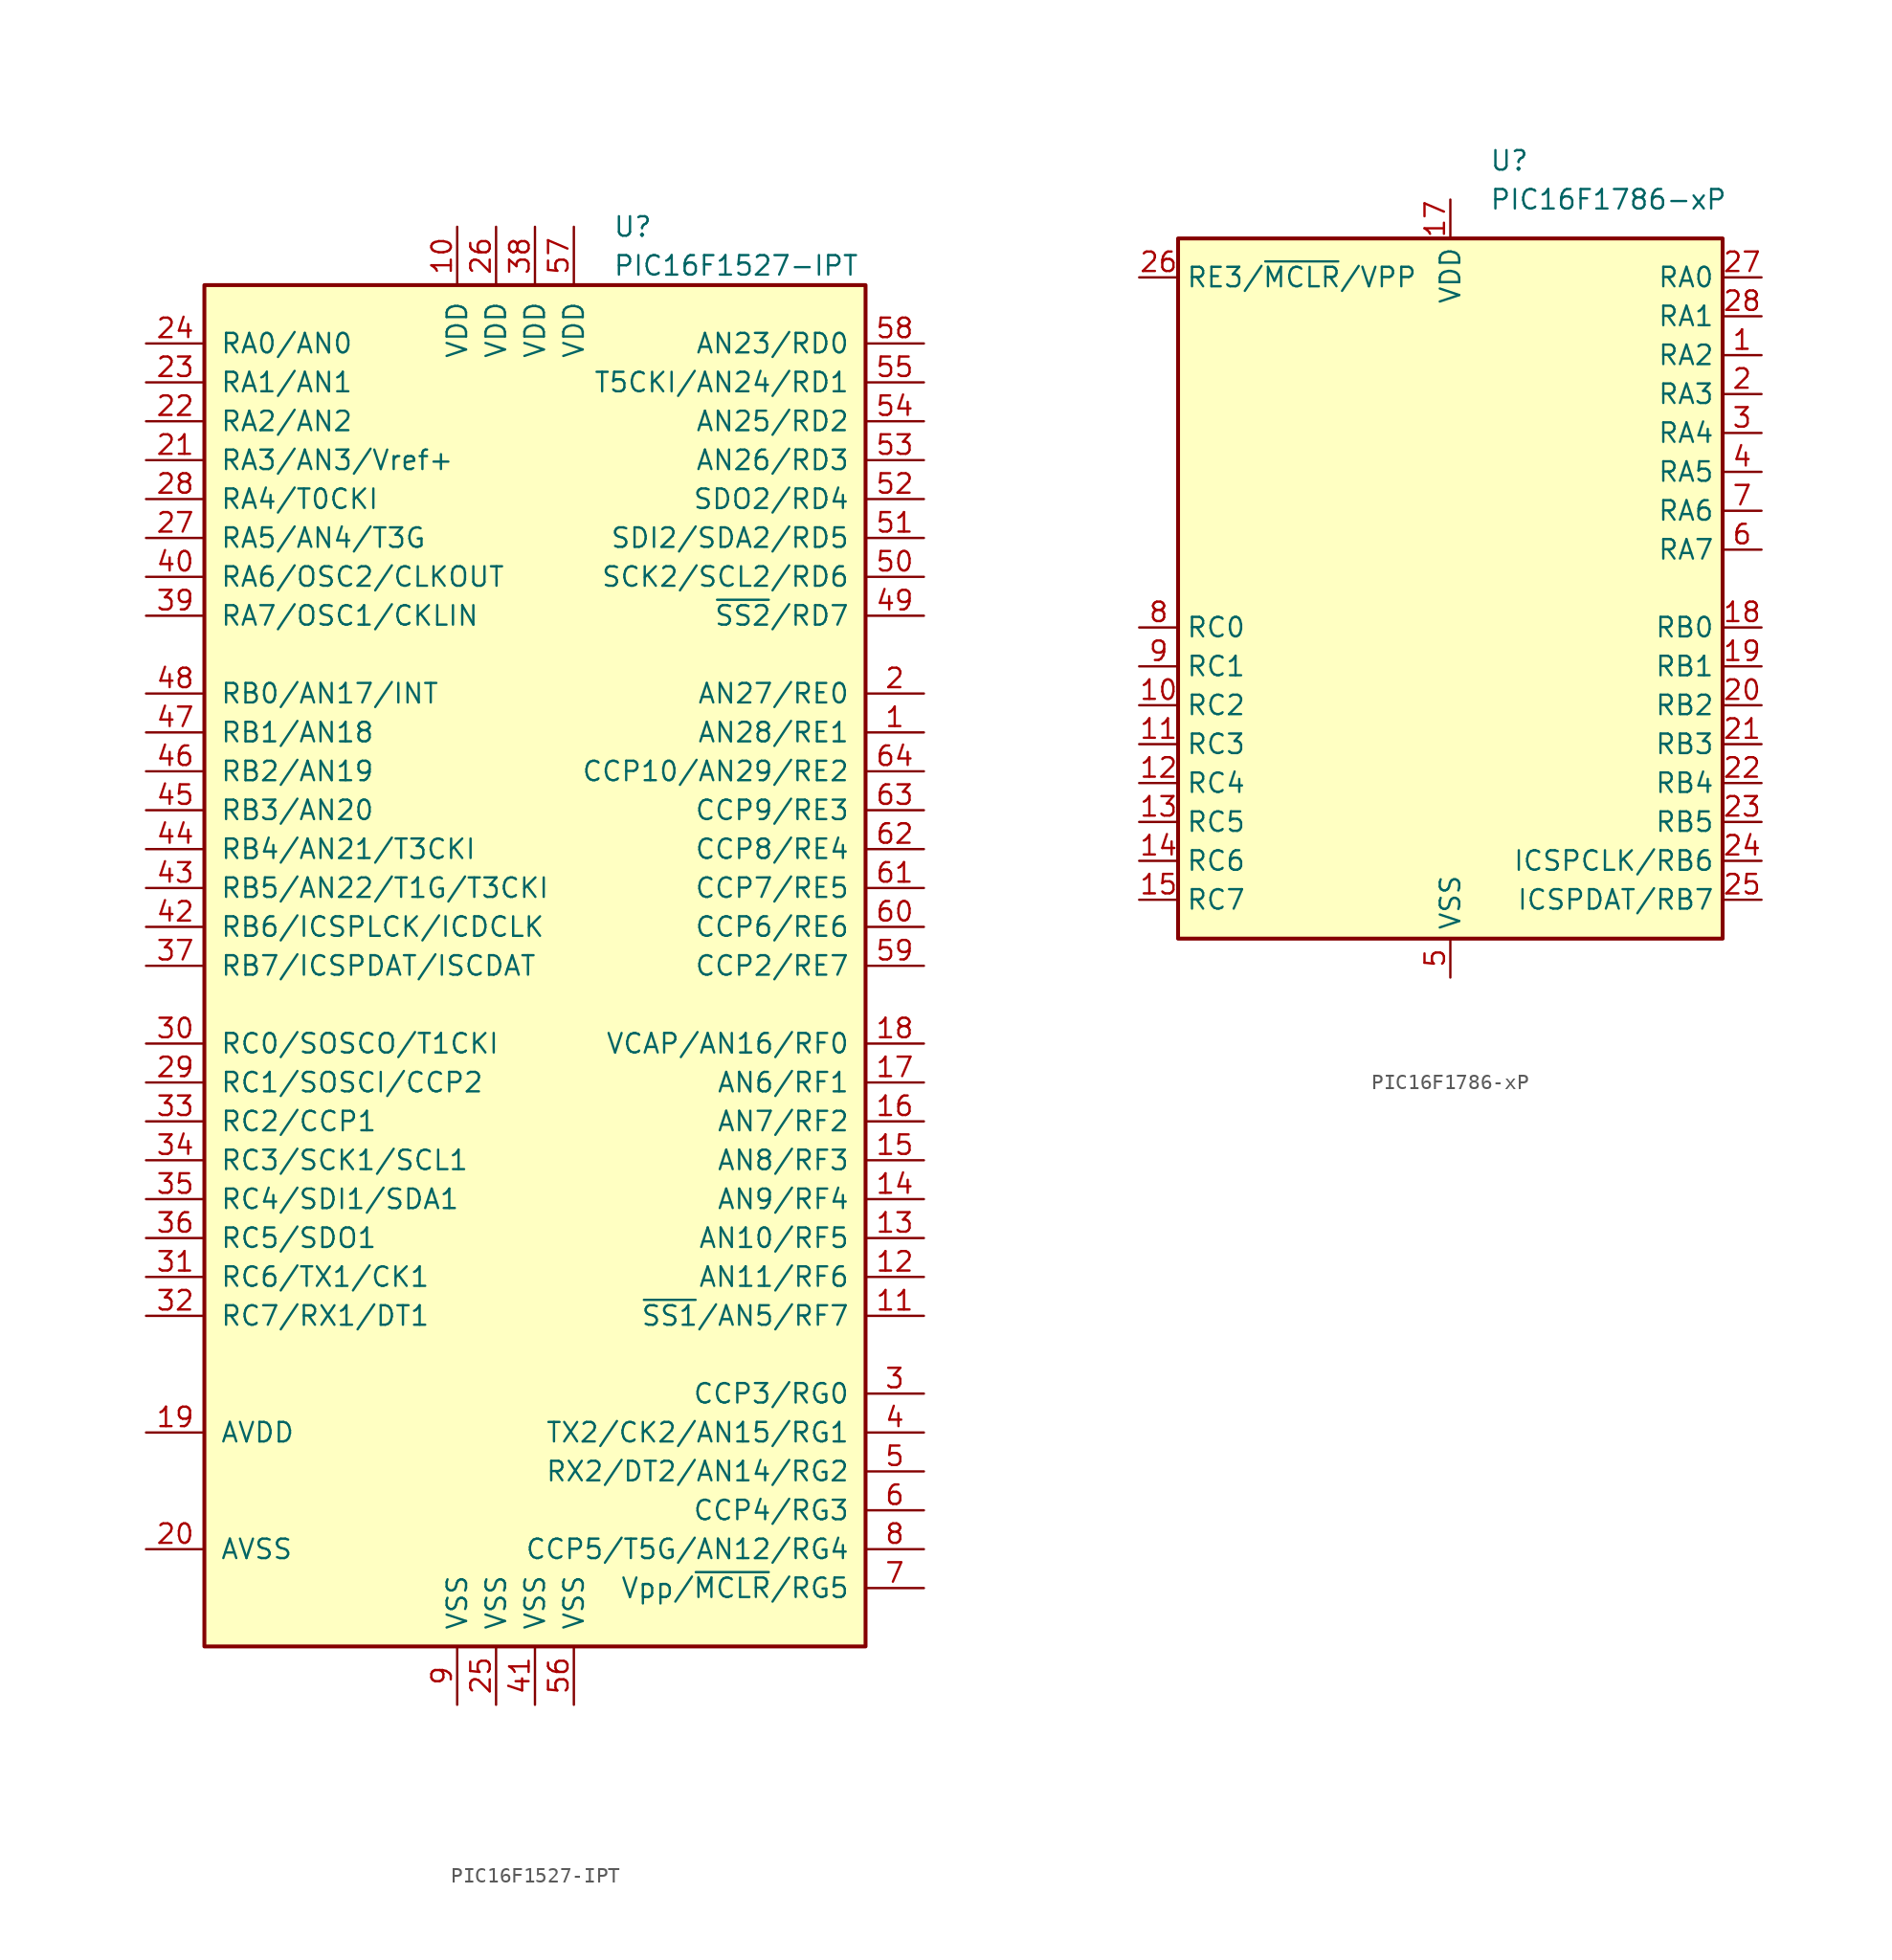
<source format=kicad_sym>
(kicad_symbol_lib
  (version 20201005)
  (generator kicad_symbol_editor)
  (symbol "PIC16F1527-IPT"
    (pin_names
      (offset 1.016))
    (property "Reference" "U"
      (at 5.08 48.26 0)
      (effects (font (size 1.27 1.27)) (justify left)))
    (property "Value" "PIC16F1527-IPT"
      (at 5.08 45.72 0)
      (effects (font (size 1.27 1.27)) (justify left)))
    (symbol "PIC16F1527-IPT_0_1"
      (rectangle (start -21.59 44.45) (end 21.59 -44.45) (stroke (width 0.254)) (fill (type background))))
    (symbol "PIC16F1527-IPT_1_1"
      (pin bidirectional line (at 25.4 15.24 180) (length 3.81) (name "AN28/RE1" (effects (font (size 1.27 1.27)))) (number "1" (effects (font (size 1.27 1.27)))))
      (pin power_in line (at -5.08 48.26 270) (length 3.81) (name "VDD" (effects (font (size 1.27 1.27)))) (number "10" (effects (font (size 1.27 1.27)))))
      (pin bidirectional line (at 25.4 -22.86 180) (length 3.81) (name "~SS1~/AN5/RF7" (effects (font (size 1.27 1.27)))) (number "11" (effects (font (size 1.27 1.27)))))
      (pin bidirectional line (at 25.4 -20.32 180) (length 3.81) (name "AN11/RF6" (effects (font (size 1.27 1.27)))) (number "12" (effects (font (size 1.27 1.27)))))
      (pin bidirectional line (at 25.4 -17.78 180) (length 3.81) (name "AN10/RF5" (effects (font (size 1.27 1.27)))) (number "13" (effects (font (size 1.27 1.27)))))
      (pin bidirectional line (at 25.4 -15.24 180) (length 3.81) (name "AN9/RF4" (effects (font (size 1.27 1.27)))) (number "14" (effects (font (size 1.27 1.27)))))
      (pin bidirectional line (at 25.4 -12.7 180) (length 3.81) (name "AN8/RF3" (effects (font (size 1.27 1.27)))) (number "15" (effects (font (size 1.27 1.27)))))
      (pin bidirectional line (at 25.4 -10.16 180) (length 3.81) (name "AN7/RF2" (effects (font (size 1.27 1.27)))) (number "16" (effects (font (size 1.27 1.27)))))
      (pin bidirectional line (at 25.4 -7.62 180) (length 3.81) (name "AN6/RF1" (effects (font (size 1.27 1.27)))) (number "17" (effects (font (size 1.27 1.27)))))
      (pin bidirectional line (at 25.4 -5.08 180) (length 3.81) (name "VCAP/AN16/RF0" (effects (font (size 1.27 1.27)))) (number "18" (effects (font (size 1.27 1.27)))))
      (pin power_in line (at -25.4 -30.48 0) (length 3.81) (name "AVDD" (effects (font (size 1.27 1.27)))) (number "19" (effects (font (size 1.27 1.27)))))
      (pin bidirectional line (at 25.4 17.78 180) (length 3.81) (name "AN27/RE0" (effects (font (size 1.27 1.27)))) (number "2" (effects (font (size 1.27 1.27)))))
      (pin power_in line (at -25.4 -38.1 0) (length 3.81) (name "AVSS" (effects (font (size 1.27 1.27)))) (number "20" (effects (font (size 1.27 1.27)))))
      (pin bidirectional line (at -25.4 33.02 0) (length 3.81) (name "RA3/AN3/Vref+" (effects (font (size 1.27 1.27)))) (number "21" (effects (font (size 1.27 1.27)))))
      (pin bidirectional line (at -25.4 35.56 0) (length 3.81) (name "RA2/AN2" (effects (font (size 1.27 1.27)))) (number "22" (effects (font (size 1.27 1.27)))))
      (pin bidirectional line (at -25.4 38.1 0) (length 3.81) (name "RA1/AN1" (effects (font (size 1.27 1.27)))) (number "23" (effects (font (size 1.27 1.27)))))
      (pin bidirectional line (at -25.4 40.64 0) (length 3.81) (name "RA0/AN0" (effects (font (size 1.27 1.27)))) (number "24" (effects (font (size 1.27 1.27)))))
      (pin power_in line (at -2.54 -48.26 90) (length 3.81) (name "VSS" (effects (font (size 1.27 1.27)))) (number "25" (effects (font (size 1.27 1.27)))))
      (pin power_in line (at -2.54 48.26 270) (length 3.81) (name "VDD" (effects (font (size 1.27 1.27)))) (number "26" (effects (font (size 1.27 1.27)))))
      (pin bidirectional line (at -25.4 27.94 0) (length 3.81) (name "RA5/AN4/T3G" (effects (font (size 1.27 1.27)))) (number "27" (effects (font (size 1.27 1.27)))))
      (pin bidirectional line (at -25.4 30.48 0) (length 3.81) (name "RA4/T0CKI" (effects (font (size 1.27 1.27)))) (number "28" (effects (font (size 1.27 1.27)))))
      (pin bidirectional line (at -25.4 -7.62 0) (length 3.81) (name "RC1/SOSCI/CCP2" (effects (font (size 1.27 1.27)))) (number "29" (effects (font (size 1.27 1.27)))))
      (pin bidirectional line (at 25.4 -27.94 180) (length 3.81) (name "CCP3/RG0" (effects (font (size 1.27 1.27)))) (number "3" (effects (font (size 1.27 1.27)))))
      (pin bidirectional line (at -25.4 -5.08 0) (length 3.81) (name "RC0/SOSCO/T1CKI" (effects (font (size 1.27 1.27)))) (number "30" (effects (font (size 1.27 1.27)))))
      (pin bidirectional line (at -25.4 -20.32 0) (length 3.81) (name "RC6/TX1/CK1" (effects (font (size 1.27 1.27)))) (number "31" (effects (font (size 1.27 1.27)))))
      (pin bidirectional line (at -25.4 -22.86 0) (length 3.81) (name "RC7/RX1/DT1" (effects (font (size 1.27 1.27)))) (number "32" (effects (font (size 1.27 1.27)))))
      (pin bidirectional line (at -25.4 -10.16 0) (length 3.81) (name "RC2/CCP1" (effects (font (size 1.27 1.27)))) (number "33" (effects (font (size 1.27 1.27)))))
      (pin bidirectional line (at -25.4 -12.7 0) (length 3.81) (name "RC3/SCK1/SCL1" (effects (font (size 1.27 1.27)))) (number "34" (effects (font (size 1.27 1.27)))))
      (pin bidirectional line (at -25.4 -15.24 0) (length 3.81) (name "RC4/SDI1/SDA1" (effects (font (size 1.27 1.27)))) (number "35" (effects (font (size 1.27 1.27)))))
      (pin bidirectional line (at -25.4 -17.78 0) (length 3.81) (name "RC5/SDO1" (effects (font (size 1.27 1.27)))) (number "36" (effects (font (size 1.27 1.27)))))
      (pin bidirectional line (at -25.4 0 0) (length 3.81) (name "RB7/ICSPDAT/ISCDAT" (effects (font (size 1.27 1.27)))) (number "37" (effects (font (size 1.27 1.27)))))
      (pin power_in line (at 0 48.26 270) (length 3.81) (name "VDD" (effects (font (size 1.27 1.27)))) (number "38" (effects (font (size 1.27 1.27)))))
      (pin bidirectional line (at -25.4 22.86 0) (length 3.81) (name "RA7/OSC1/CKLIN" (effects (font (size 1.27 1.27)))) (number "39" (effects (font (size 1.27 1.27)))))
      (pin bidirectional line (at 25.4 -30.48 180) (length 3.81) (name "TX2/CK2/AN15/RG1" (effects (font (size 1.27 1.27)))) (number "4" (effects (font (size 1.27 1.27)))))
      (pin bidirectional line (at -25.4 25.4 0) (length 3.81) (name "RA6/OSC2/CLKOUT" (effects (font (size 1.27 1.27)))) (number "40" (effects (font (size 1.27 1.27)))))
      (pin power_in line (at 0 -48.26 90) (length 3.81) (name "VSS" (effects (font (size 1.27 1.27)))) (number "41" (effects (font (size 1.27 1.27)))))
      (pin bidirectional line (at -25.4 2.54 0) (length 3.81) (name "RB6/ICSPLCK/ICDCLK" (effects (font (size 1.27 1.27)))) (number "42" (effects (font (size 1.27 1.27)))))
      (pin bidirectional line (at -25.4 5.08 0) (length 3.81) (name "RB5/AN22/T1G/T3CKI" (effects (font (size 1.27 1.27)))) (number "43" (effects (font (size 1.27 1.27)))))
      (pin bidirectional line (at -25.4 7.62 0) (length 3.81) (name "RB4/AN21/T3CKI" (effects (font (size 1.27 1.27)))) (number "44" (effects (font (size 1.27 1.27)))))
      (pin bidirectional line (at -25.4 10.16 0) (length 3.81) (name "RB3/AN20" (effects (font (size 1.27 1.27)))) (number "45" (effects (font (size 1.27 1.27)))))
      (pin bidirectional line (at -25.4 12.7 0) (length 3.81) (name "RB2/AN19" (effects (font (size 1.27 1.27)))) (number "46" (effects (font (size 1.27 1.27)))))
      (pin bidirectional line (at -25.4 15.24 0) (length 3.81) (name "RB1/AN18" (effects (font (size 1.27 1.27)))) (number "47" (effects (font (size 1.27 1.27)))))
      (pin bidirectional line (at -25.4 17.78 0) (length 3.81) (name "RB0/AN17/INT" (effects (font (size 1.27 1.27)))) (number "48" (effects (font (size 1.27 1.27)))))
      (pin bidirectional line (at 25.4 22.86 180) (length 3.81) (name "~SS2~/RD7" (effects (font (size 1.27 1.27)))) (number "49" (effects (font (size 1.27 1.27)))))
      (pin bidirectional line (at 25.4 -33.02 180) (length 3.81) (name "RX2/DT2/AN14/RG2" (effects (font (size 1.27 1.27)))) (number "5" (effects (font (size 1.27 1.27)))))
      (pin bidirectional line (at 25.4 25.4 180) (length 3.81) (name "SCK2/SCL2/RD6" (effects (font (size 1.27 1.27)))) (number "50" (effects (font (size 1.27 1.27)))))
      (pin bidirectional line (at 25.4 27.94 180) (length 3.81) (name "SDI2/SDA2/RD5" (effects (font (size 1.27 1.27)))) (number "51" (effects (font (size 1.27 1.27)))))
      (pin bidirectional line (at 25.4 30.48 180) (length 3.81) (name "SDO2/RD4" (effects (font (size 1.27 1.27)))) (number "52" (effects (font (size 1.27 1.27)))))
      (pin bidirectional line (at 25.4 33.02 180) (length 3.81) (name "AN26/RD3" (effects (font (size 1.27 1.27)))) (number "53" (effects (font (size 1.27 1.27)))))
      (pin bidirectional line (at 25.4 35.56 180) (length 3.81) (name "AN25/RD2" (effects (font (size 1.27 1.27)))) (number "54" (effects (font (size 1.27 1.27)))))
      (pin bidirectional line (at 25.4 38.1 180) (length 3.81) (name "T5CKI/AN24/RD1" (effects (font (size 1.27 1.27)))) (number "55" (effects (font (size 1.27 1.27)))))
      (pin power_in line (at 2.54 -48.26 90) (length 3.81) (name "VSS" (effects (font (size 1.27 1.27)))) (number "56" (effects (font (size 1.27 1.27)))))
      (pin power_in line (at 2.54 48.26 270) (length 3.81) (name "VDD" (effects (font (size 1.27 1.27)))) (number "57" (effects (font (size 1.27 1.27)))))
      (pin bidirectional line (at 25.4 40.64 180) (length 3.81) (name "AN23/RD0" (effects (font (size 1.27 1.27)))) (number "58" (effects (font (size 1.27 1.27)))))
      (pin bidirectional line (at 25.4 0 180) (length 3.81) (name "CCP2/RE7" (effects (font (size 1.27 1.27)))) (number "59" (effects (font (size 1.27 1.27)))))
      (pin bidirectional line (at 25.4 -35.56 180) (length 3.81) (name "CCP4/RG3" (effects (font (size 1.27 1.27)))) (number "6" (effects (font (size 1.27 1.27)))))
      (pin bidirectional line (at 25.4 2.54 180) (length 3.81) (name "CCP6/RE6" (effects (font (size 1.27 1.27)))) (number "60" (effects (font (size 1.27 1.27)))))
      (pin bidirectional line (at 25.4 5.08 180) (length 3.81) (name "CCP7/RE5" (effects (font (size 1.27 1.27)))) (number "61" (effects (font (size 1.27 1.27)))))
      (pin bidirectional line (at 25.4 7.62 180) (length 3.81) (name "CCP8/RE4" (effects (font (size 1.27 1.27)))) (number "62" (effects (font (size 1.27 1.27)))))
      (pin bidirectional line (at 25.4 10.16 180) (length 3.81) (name "CCP9/RE3" (effects (font (size 1.27 1.27)))) (number "63" (effects (font (size 1.27 1.27)))))
      (pin bidirectional line (at 25.4 12.7 180) (length 3.81) (name "CCP10/AN29/RE2" (effects (font (size 1.27 1.27)))) (number "64" (effects (font (size 1.27 1.27)))))
      (pin input line (at 25.4 -40.64 180) (length 3.81) (name "Vpp/~MCLR~/RG5" (effects (font (size 1.27 1.27)))) (number "7" (effects (font (size 1.27 1.27)))))
      (pin bidirectional line (at 25.4 -38.1 180) (length 3.81) (name "CCP5/T5G/AN12/RG4" (effects (font (size 1.27 1.27)))) (number "8" (effects (font (size 1.27 1.27)))))
      (pin power_in line (at -5.08 -48.26 90) (length 3.81) (name "VSS" (effects (font (size 1.27 1.27)))) (number "9" (effects (font (size 1.27 1.27)))))))
  (symbol "PIC16F1786-xP"
    (property "Reference" "U"
      (at 2.54 27.94 0)
      (effects (font (size 1.27 1.27)) (justify left)))
    (property "Value" "PIC16F1786-xP"
      (at 2.54 25.4 0)
      (effects (font (size 1.27 1.27)) (justify left)))
    (symbol "PIC16F1786-xP_0_1"
      (rectangle (start -17.78 -22.86) (end 17.78 22.86) (stroke (width 0.254)) (fill (type background))))
    (symbol "PIC16F1786-xP_1_1"
      (pin bidirectional line (at 20.32 15.24 180) (length 2.54) (name "RA2" (effects (font (size 1.27 1.27)))) (number "1" (effects (font (size 1.27 1.27)))))
      (pin bidirectional line (at -20.32 -7.62 0) (length 2.54) (name "RC2" (effects (font (size 1.27 1.27)))) (number "10" (effects (font (size 1.27 1.27)))))
      (pin bidirectional line (at -20.32 -10.16 0) (length 2.54) (name "RC3" (effects (font (size 1.27 1.27)))) (number "11" (effects (font (size 1.27 1.27)))))
      (pin bidirectional line (at -20.32 -12.7 0) (length 2.54) (name "RC4" (effects (font (size 1.27 1.27)))) (number "12" (effects (font (size 1.27 1.27)))))
      (pin bidirectional line (at -20.32 -15.24 0) (length 2.54) (name "RC5" (effects (font (size 1.27 1.27)))) (number "13" (effects (font (size 1.27 1.27)))))
      (pin bidirectional line (at -20.32 -17.78 0) (length 2.54) (name "RC6" (effects (font (size 1.27 1.27)))) (number "14" (effects (font (size 1.27 1.27)))))
      (pin bidirectional line (at -20.32 -20.32 0) (length 2.54) (name "RC7" (effects (font (size 1.27 1.27)))) (number "15" (effects (font (size 1.27 1.27)))))
      (pin passive line (at 0 -25.4 90) (length 2.54) hide (name "VSS" (effects (font (size 1.27 1.27)))) (number "16" (effects (font (size 1.27 1.27)))))
      (pin power_in line (at 0 25.4 270) (length 2.54) (name "VDD" (effects (font (size 1.27 1.27)))) (number "17" (effects (font (size 1.27 1.27)))))
      (pin bidirectional line (at 20.32 -2.54 180) (length 2.54) (name "RB0" (effects (font (size 1.27 1.27)))) (number "18" (effects (font (size 1.27 1.27)))))
      (pin bidirectional line (at 20.32 -5.08 180) (length 2.54) (name "RB1" (effects (font (size 1.27 1.27)))) (number "19" (effects (font (size 1.27 1.27)))))
      (pin bidirectional line (at 20.32 12.7 180) (length 2.54) (name "RA3" (effects (font (size 1.27 1.27)))) (number "2" (effects (font (size 1.27 1.27)))))
      (pin bidirectional line (at 20.32 -7.62 180) (length 2.54) (name "RB2" (effects (font (size 1.27 1.27)))) (number "20" (effects (font (size 1.27 1.27)))))
      (pin bidirectional line (at 20.32 -10.16 180) (length 2.54) (name "RB3" (effects (font (size 1.27 1.27)))) (number "21" (effects (font (size 1.27 1.27)))))
      (pin bidirectional line (at 20.32 -12.7 180) (length 2.54) (name "RB4" (effects (font (size 1.27 1.27)))) (number "22" (effects (font (size 1.27 1.27)))))
      (pin bidirectional line (at 20.32 -15.24 180) (length 2.54) (name "RB5" (effects (font (size 1.27 1.27)))) (number "23" (effects (font (size 1.27 1.27)))))
      (pin bidirectional line (at 20.32 -17.78 180) (length 2.54) (name "ICSPCLK/RB6" (effects (font (size 1.27 1.27)))) (number "24" (effects (font (size 1.27 1.27)))))
      (pin bidirectional line (at 20.32 -20.32 180) (length 2.54) (name "ICSPDAT/RB7" (effects (font (size 1.27 1.27)))) (number "25" (effects (font (size 1.27 1.27)))))
      (pin input line (at -20.32 20.32 0) (length 2.54) (name "RE3/~MCLR~/VPP" (effects (font (size 1.27 1.27)))) (number "26" (effects (font (size 1.27 1.27)))))
      (pin bidirectional line (at 20.32 20.32 180) (length 2.54) (name "RA0" (effects (font (size 1.27 1.27)))) (number "27" (effects (font (size 1.27 1.27)))))
      (pin bidirectional line (at 20.32 17.78 180) (length 2.54) (name "RA1" (effects (font (size 1.27 1.27)))) (number "28" (effects (font (size 1.27 1.27)))))
      (pin bidirectional line (at 20.32 10.16 180) (length 2.54) (name "RA4" (effects (font (size 1.27 1.27)))) (number "3" (effects (font (size 1.27 1.27)))))
      (pin bidirectional line (at 20.32 7.62 180) (length 2.54) (name "RA5" (effects (font (size 1.27 1.27)))) (number "4" (effects (font (size 1.27 1.27)))))
      (pin power_in line (at 0 -25.4 90) (length 2.54) (name "VSS" (effects (font (size 1.27 1.27)))) (number "5" (effects (font (size 1.27 1.27)))))
      (pin bidirectional line (at 20.32 2.54 180) (length 2.54) (name "RA7" (effects (font (size 1.27 1.27)))) (number "6" (effects (font (size 1.27 1.27)))))
      (pin bidirectional line (at 20.32 5.08 180) (length 2.54) (name "RA6" (effects (font (size 1.27 1.27)))) (number "7" (effects (font (size 1.27 1.27)))))
      (pin bidirectional line (at -20.32 -2.54 0) (length 2.54) (name "RC0" (effects (font (size 1.27 1.27)))) (number "8" (effects (font (size 1.27 1.27)))))
      (pin bidirectional line (at -20.32 -5.08 0) (length 2.54) (name "RC1" (effects (font (size 1.27 1.27)))) (number "9" (effects (font (size 1.27 1.27))))))))
</source>
